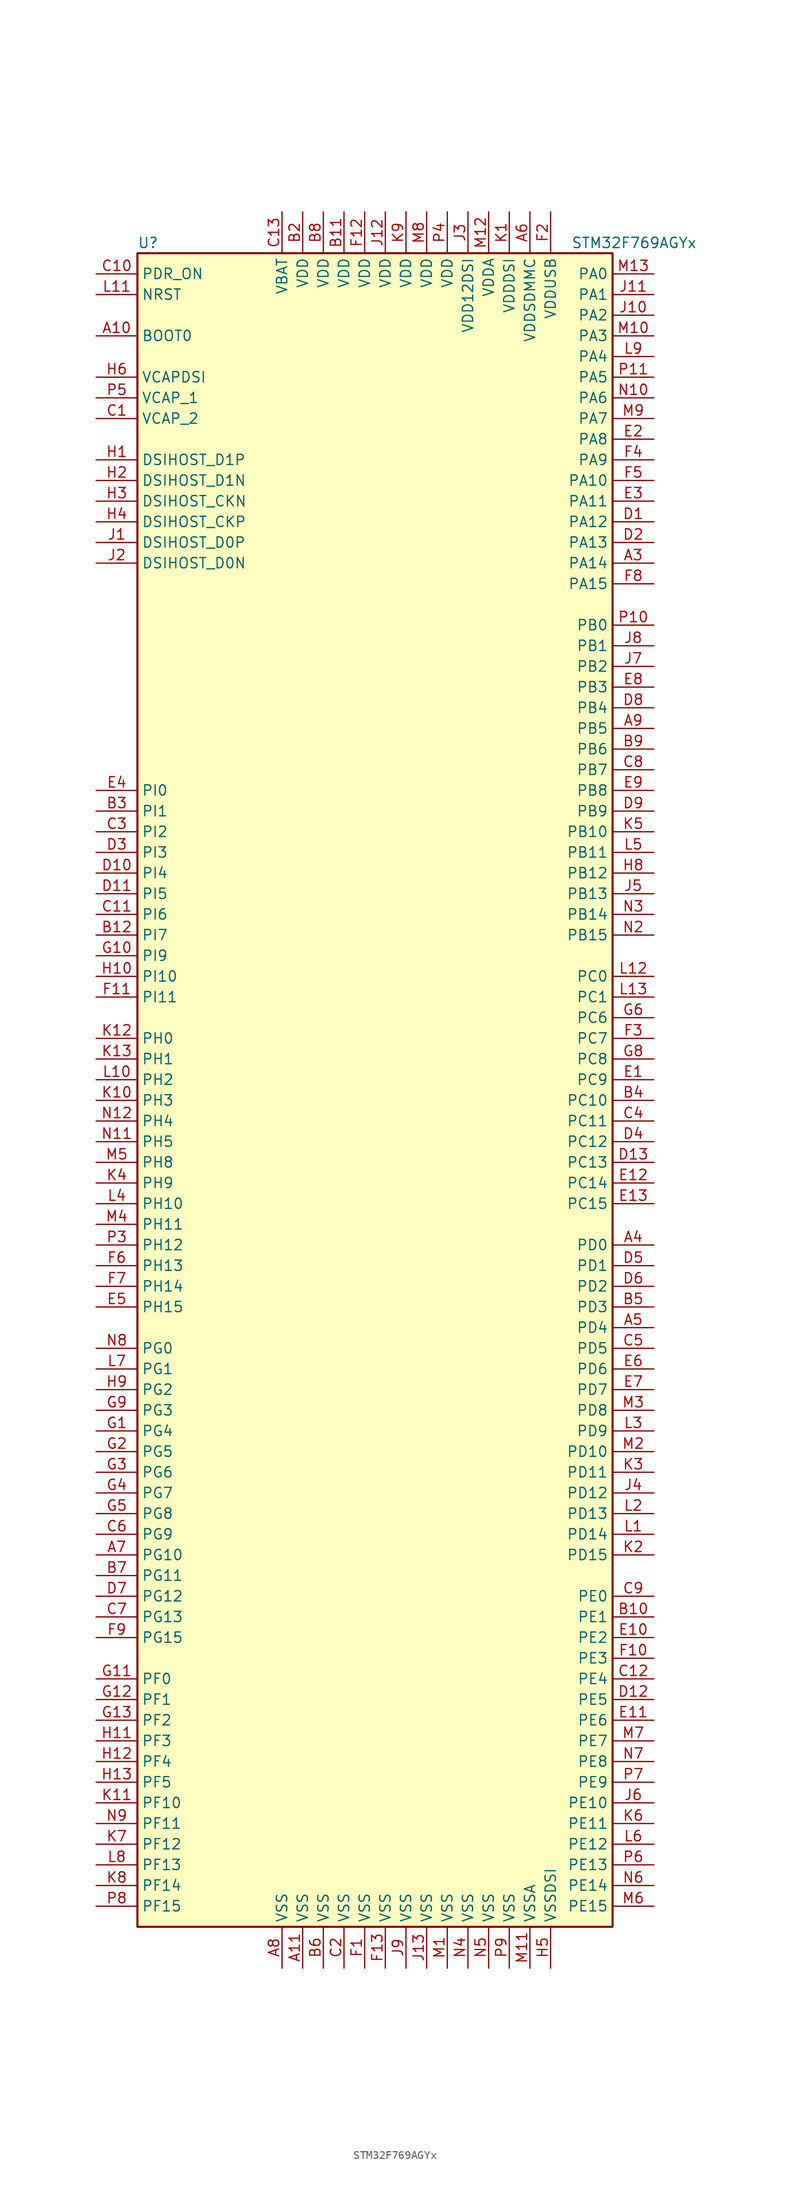
<source format=kicad_sym>
(kicad_symbol_lib
  (version 20201005)
  (generator kicad_symbol_editor)
  (symbol "MCU_ST_STM32F7:STM32F769AGYx"
    (property "Reference" "U"
      (at -30.48 102.87 0)
      (effects (font (size 1.27 1.27)) (justify left)))
    (property "Value" "STM32F769AGYx"
      (at 22.86 102.87 0)
      (effects (font (size 1.27 1.27)) (justify left)))
    (symbol "STM32F769AGYx_0_1"
      (rectangle (start -30.48 -104.14) (end 27.94 101.6) (stroke (width 0.254)) (fill (type background))))
    (symbol "STM32F769AGYx_1_1"
      (pin input line (at -35.56 91.44 0) (length 5.08) (name "BOOT0" (effects (font (size 1.27 1.27)))) (number "A10" (effects (font (size 1.27 1.27)))))
      (pin bidirectional line (at -35.56 71.12 0) (length 5.08) (name "DSIHOST_CKN" (effects (font (size 1.27 1.27)))) (number "H3" (effects (font (size 1.27 1.27)))))
      (pin bidirectional line (at -35.56 68.58 0) (length 5.08) (name "DSIHOST_CKP" (effects (font (size 1.27 1.27)))) (number "H4" (effects (font (size 1.27 1.27)))))
      (pin bidirectional line (at -35.56 63.5 0) (length 5.08) (name "DSIHOST_D0N" (effects (font (size 1.27 1.27)))) (number "J2" (effects (font (size 1.27 1.27)))))
      (pin bidirectional line (at -35.56 66.04 0) (length 5.08) (name "DSIHOST_D0P" (effects (font (size 1.27 1.27)))) (number "J1" (effects (font (size 1.27 1.27)))))
      (pin bidirectional line (at -35.56 73.66 0) (length 5.08) (name "DSIHOST_D1N" (effects (font (size 1.27 1.27)))) (number "H2" (effects (font (size 1.27 1.27)))))
      (pin bidirectional line (at -35.56 76.2 0) (length 5.08) (name "DSIHOST_D1P" (effects (font (size 1.27 1.27)))) (number "H1" (effects (font (size 1.27 1.27)))))
      (pin no_connect line (at -30.48 -101.6 0) (length 5.08) hide (name "NC" (effects (font (size 1.27 1.27)))) (number "A1" (effects (font (size 1.27 1.27)))))
      (pin no_connect line (at -30.48 -96.52 0) (length 5.08) hide (name "NC" (effects (font (size 1.27 1.27)))) (number "A12" (effects (font (size 1.27 1.27)))))
      (pin no_connect line (at -30.48 -93.98 0) (length 5.08) hide (name "NC" (effects (font (size 1.27 1.27)))) (number "A13" (effects (font (size 1.27 1.27)))))
      (pin no_connect line (at -30.48 -99.06 0) (length 5.08) hide (name "NC" (effects (font (size 1.27 1.27)))) (number "A2" (effects (font (size 1.27 1.27)))))
      (pin no_connect line (at -30.48 -91.44 0) (length 5.08) hide (name "NC" (effects (font (size 1.27 1.27)))) (number "B1" (effects (font (size 1.27 1.27)))))
      (pin no_connect line (at -30.48 -88.9 0) (length 5.08) hide (name "NC" (effects (font (size 1.27 1.27)))) (number "B13" (effects (font (size 1.27 1.27)))))
      (pin no_connect line (at -30.48 -86.36 0) (length 5.08) hide (name "NC" (effects (font (size 1.27 1.27)))) (number "N1" (effects (font (size 1.27 1.27)))))
      (pin no_connect line (at -30.48 -83.82 0) (length 5.08) hide (name "NC" (effects (font (size 1.27 1.27)))) (number "N13" (effects (font (size 1.27 1.27)))))
      (pin no_connect line (at -30.48 -81.28 0) (length 5.08) hide (name "NC" (effects (font (size 1.27 1.27)))) (number "P1" (effects (font (size 1.27 1.27)))))
      (pin no_connect line (at -30.48 -76.2 0) (length 5.08) hide (name "NC" (effects (font (size 1.27 1.27)))) (number "P12" (effects (font (size 1.27 1.27)))))
      (pin no_connect line (at -30.48 -73.66 0) (length 5.08) hide (name "NC" (effects (font (size 1.27 1.27)))) (number "P13" (effects (font (size 1.27 1.27)))))
      (pin no_connect line (at -30.48 -78.74 0) (length 5.08) hide (name "NC" (effects (font (size 1.27 1.27)))) (number "P2" (effects (font (size 1.27 1.27)))))
      (pin input line (at -35.56 96.52 0) (length 5.08) (name "NRST" (effects (font (size 1.27 1.27)))) (number "L11" (effects (font (size 1.27 1.27)))))
      (pin bidirectional line (at 33.02 99.06 180) (length 5.08) (name "PA0" (effects (font (size 1.27 1.27)))) (number "M13" (effects (font (size 1.27 1.27)))))
      (pin bidirectional line (at 33.02 96.52 180) (length 5.08) (name "PA1" (effects (font (size 1.27 1.27)))) (number "J11" (effects (font (size 1.27 1.27)))))
      (pin bidirectional line (at 33.02 73.66 180) (length 5.08) (name "PA10" (effects (font (size 1.27 1.27)))) (number "F5" (effects (font (size 1.27 1.27)))))
      (pin bidirectional line (at 33.02 71.12 180) (length 5.08) (name "PA11" (effects (font (size 1.27 1.27)))) (number "E3" (effects (font (size 1.27 1.27)))))
      (pin bidirectional line (at 33.02 68.58 180) (length 5.08) (name "PA12" (effects (font (size 1.27 1.27)))) (number "D1" (effects (font (size 1.27 1.27)))))
      (pin bidirectional line (at 33.02 66.04 180) (length 5.08) (name "PA13" (effects (font (size 1.27 1.27)))) (number "D2" (effects (font (size 1.27 1.27)))))
      (pin bidirectional line (at 33.02 63.5 180) (length 5.08) (name "PA14" (effects (font (size 1.27 1.27)))) (number "A3" (effects (font (size 1.27 1.27)))))
      (pin bidirectional line (at 33.02 60.96 180) (length 5.08) (name "PA15" (effects (font (size 1.27 1.27)))) (number "F8" (effects (font (size 1.27 1.27)))))
      (pin bidirectional line (at 33.02 93.98 180) (length 5.08) (name "PA2" (effects (font (size 1.27 1.27)))) (number "J10" (effects (font (size 1.27 1.27)))))
      (pin bidirectional line (at 33.02 91.44 180) (length 5.08) (name "PA3" (effects (font (size 1.27 1.27)))) (number "M10" (effects (font (size 1.27 1.27)))))
      (pin bidirectional line (at 33.02 88.9 180) (length 5.08) (name "PA4" (effects (font (size 1.27 1.27)))) (number "L9" (effects (font (size 1.27 1.27)))))
      (pin bidirectional line (at 33.02 86.36 180) (length 5.08) (name "PA5" (effects (font (size 1.27 1.27)))) (number "P11" (effects (font (size 1.27 1.27)))))
      (pin bidirectional line (at 33.02 83.82 180) (length 5.08) (name "PA6" (effects (font (size 1.27 1.27)))) (number "N10" (effects (font (size 1.27 1.27)))))
      (pin bidirectional line (at 33.02 81.28 180) (length 5.08) (name "PA7" (effects (font (size 1.27 1.27)))) (number "M9" (effects (font (size 1.27 1.27)))))
      (pin bidirectional line (at 33.02 78.74 180) (length 5.08) (name "PA8" (effects (font (size 1.27 1.27)))) (number "E2" (effects (font (size 1.27 1.27)))))
      (pin bidirectional line (at 33.02 76.2 180) (length 5.08) (name "PA9" (effects (font (size 1.27 1.27)))) (number "F4" (effects (font (size 1.27 1.27)))))
      (pin bidirectional line (at 33.02 55.88 180) (length 5.08) (name "PB0" (effects (font (size 1.27 1.27)))) (number "P10" (effects (font (size 1.27 1.27)))))
      (pin bidirectional line (at 33.02 53.34 180) (length 5.08) (name "PB1" (effects (font (size 1.27 1.27)))) (number "J8" (effects (font (size 1.27 1.27)))))
      (pin bidirectional line (at 33.02 30.48 180) (length 5.08) (name "PB10" (effects (font (size 1.27 1.27)))) (number "K5" (effects (font (size 1.27 1.27)))))
      (pin bidirectional line (at 33.02 27.94 180) (length 5.08) (name "PB11" (effects (font (size 1.27 1.27)))) (number "L5" (effects (font (size 1.27 1.27)))))
      (pin bidirectional line (at 33.02 25.4 180) (length 5.08) (name "PB12" (effects (font (size 1.27 1.27)))) (number "H8" (effects (font (size 1.27 1.27)))))
      (pin bidirectional line (at 33.02 22.86 180) (length 5.08) (name "PB13" (effects (font (size 1.27 1.27)))) (number "J5" (effects (font (size 1.27 1.27)))))
      (pin bidirectional line (at 33.02 20.32 180) (length 5.08) (name "PB14" (effects (font (size 1.27 1.27)))) (number "N3" (effects (font (size 1.27 1.27)))))
      (pin bidirectional line (at 33.02 17.78 180) (length 5.08) (name "PB15" (effects (font (size 1.27 1.27)))) (number "N2" (effects (font (size 1.27 1.27)))))
      (pin bidirectional line (at 33.02 50.8 180) (length 5.08) (name "PB2" (effects (font (size 1.27 1.27)))) (number "J7" (effects (font (size 1.27 1.27)))))
      (pin bidirectional line (at 33.02 48.26 180) (length 5.08) (name "PB3" (effects (font (size 1.27 1.27)))) (number "E8" (effects (font (size 1.27 1.27)))))
      (pin bidirectional line (at 33.02 45.72 180) (length 5.08) (name "PB4" (effects (font (size 1.27 1.27)))) (number "D8" (effects (font (size 1.27 1.27)))))
      (pin bidirectional line (at 33.02 43.18 180) (length 5.08) (name "PB5" (effects (font (size 1.27 1.27)))) (number "A9" (effects (font (size 1.27 1.27)))))
      (pin bidirectional line (at 33.02 40.64 180) (length 5.08) (name "PB6" (effects (font (size 1.27 1.27)))) (number "B9" (effects (font (size 1.27 1.27)))))
      (pin bidirectional line (at 33.02 38.1 180) (length 5.08) (name "PB7" (effects (font (size 1.27 1.27)))) (number "C8" (effects (font (size 1.27 1.27)))))
      (pin bidirectional line (at 33.02 35.56 180) (length 5.08) (name "PB8" (effects (font (size 1.27 1.27)))) (number "E9" (effects (font (size 1.27 1.27)))))
      (pin bidirectional line (at 33.02 33.02 180) (length 5.08) (name "PB9" (effects (font (size 1.27 1.27)))) (number "D9" (effects (font (size 1.27 1.27)))))
      (pin bidirectional line (at 33.02 12.7 180) (length 5.08) (name "PC0" (effects (font (size 1.27 1.27)))) (number "L12" (effects (font (size 1.27 1.27)))))
      (pin bidirectional line (at 33.02 10.16 180) (length 5.08) (name "PC1" (effects (font (size 1.27 1.27)))) (number "L13" (effects (font (size 1.27 1.27)))))
      (pin bidirectional line (at 33.02 -2.54 180) (length 5.08) (name "PC10" (effects (font (size 1.27 1.27)))) (number "B4" (effects (font (size 1.27 1.27)))))
      (pin bidirectional line (at 33.02 -5.08 180) (length 5.08) (name "PC11" (effects (font (size 1.27 1.27)))) (number "C4" (effects (font (size 1.27 1.27)))))
      (pin bidirectional line (at 33.02 -7.62 180) (length 5.08) (name "PC12" (effects (font (size 1.27 1.27)))) (number "D4" (effects (font (size 1.27 1.27)))))
      (pin bidirectional line (at 33.02 -10.16 180) (length 5.08) (name "PC13" (effects (font (size 1.27 1.27)))) (number "D13" (effects (font (size 1.27 1.27)))))
      (pin bidirectional line (at 33.02 -12.7 180) (length 5.08) (name "PC14" (effects (font (size 1.27 1.27)))) (number "E12" (effects (font (size 1.27 1.27)))))
      (pin bidirectional line (at 33.02 -15.24 180) (length 5.08) (name "PC15" (effects (font (size 1.27 1.27)))) (number "E13" (effects (font (size 1.27 1.27)))))
      (pin bidirectional line (at 33.02 7.62 180) (length 5.08) (name "PC6" (effects (font (size 1.27 1.27)))) (number "G6" (effects (font (size 1.27 1.27)))))
      (pin bidirectional line (at 33.02 5.08 180) (length 5.08) (name "PC7" (effects (font (size 1.27 1.27)))) (number "F3" (effects (font (size 1.27 1.27)))))
      (pin bidirectional line (at 33.02 2.54 180) (length 5.08) (name "PC8" (effects (font (size 1.27 1.27)))) (number "G8" (effects (font (size 1.27 1.27)))))
      (pin bidirectional line (at 33.02 0 180) (length 5.08) (name "PC9" (effects (font (size 1.27 1.27)))) (number "E1" (effects (font (size 1.27 1.27)))))
      (pin bidirectional line (at 33.02 -20.32 180) (length 5.08) (name "PD0" (effects (font (size 1.27 1.27)))) (number "A4" (effects (font (size 1.27 1.27)))))
      (pin bidirectional line (at 33.02 -22.86 180) (length 5.08) (name "PD1" (effects (font (size 1.27 1.27)))) (number "D5" (effects (font (size 1.27 1.27)))))
      (pin bidirectional line (at 33.02 -45.72 180) (length 5.08) (name "PD10" (effects (font (size 1.27 1.27)))) (number "M2" (effects (font (size 1.27 1.27)))))
      (pin bidirectional line (at 33.02 -48.26 180) (length 5.08) (name "PD11" (effects (font (size 1.27 1.27)))) (number "K3" (effects (font (size 1.27 1.27)))))
      (pin bidirectional line (at 33.02 -50.8 180) (length 5.08) (name "PD12" (effects (font (size 1.27 1.27)))) (number "J4" (effects (font (size 1.27 1.27)))))
      (pin bidirectional line (at 33.02 -53.34 180) (length 5.08) (name "PD13" (effects (font (size 1.27 1.27)))) (number "L2" (effects (font (size 1.27 1.27)))))
      (pin bidirectional line (at 33.02 -55.88 180) (length 5.08) (name "PD14" (effects (font (size 1.27 1.27)))) (number "L1" (effects (font (size 1.27 1.27)))))
      (pin bidirectional line (at 33.02 -58.42 180) (length 5.08) (name "PD15" (effects (font (size 1.27 1.27)))) (number "K2" (effects (font (size 1.27 1.27)))))
      (pin bidirectional line (at 33.02 -25.4 180) (length 5.08) (name "PD2" (effects (font (size 1.27 1.27)))) (number "D6" (effects (font (size 1.27 1.27)))))
      (pin bidirectional line (at 33.02 -27.94 180) (length 5.08) (name "PD3" (effects (font (size 1.27 1.27)))) (number "B5" (effects (font (size 1.27 1.27)))))
      (pin bidirectional line (at 33.02 -30.48 180) (length 5.08) (name "PD4" (effects (font (size 1.27 1.27)))) (number "A5" (effects (font (size 1.27 1.27)))))
      (pin bidirectional line (at 33.02 -33.02 180) (length 5.08) (name "PD5" (effects (font (size 1.27 1.27)))) (number "C5" (effects (font (size 1.27 1.27)))))
      (pin bidirectional line (at 33.02 -35.56 180) (length 5.08) (name "PD6" (effects (font (size 1.27 1.27)))) (number "E6" (effects (font (size 1.27 1.27)))))
      (pin bidirectional line (at 33.02 -38.1 180) (length 5.08) (name "PD7" (effects (font (size 1.27 1.27)))) (number "E7" (effects (font (size 1.27 1.27)))))
      (pin bidirectional line (at 33.02 -40.64 180) (length 5.08) (name "PD8" (effects (font (size 1.27 1.27)))) (number "M3" (effects (font (size 1.27 1.27)))))
      (pin bidirectional line (at 33.02 -43.18 180) (length 5.08) (name "PD9" (effects (font (size 1.27 1.27)))) (number "L3" (effects (font (size 1.27 1.27)))))
      (pin input line (at -35.56 99.06 0) (length 5.08) (name "PDR_ON" (effects (font (size 1.27 1.27)))) (number "C10" (effects (font (size 1.27 1.27)))))
      (pin bidirectional line (at 33.02 -63.5 180) (length 5.08) (name "PE0" (effects (font (size 1.27 1.27)))) (number "C9" (effects (font (size 1.27 1.27)))))
      (pin bidirectional line (at 33.02 -66.04 180) (length 5.08) (name "PE1" (effects (font (size 1.27 1.27)))) (number "B10" (effects (font (size 1.27 1.27)))))
      (pin bidirectional line (at 33.02 -88.9 180) (length 5.08) (name "PE10" (effects (font (size 1.27 1.27)))) (number "J6" (effects (font (size 1.27 1.27)))))
      (pin bidirectional line (at 33.02 -91.44 180) (length 5.08) (name "PE11" (effects (font (size 1.27 1.27)))) (number "K6" (effects (font (size 1.27 1.27)))))
      (pin bidirectional line (at 33.02 -93.98 180) (length 5.08) (name "PE12" (effects (font (size 1.27 1.27)))) (number "L6" (effects (font (size 1.27 1.27)))))
      (pin bidirectional line (at 33.02 -96.52 180) (length 5.08) (name "PE13" (effects (font (size 1.27 1.27)))) (number "P6" (effects (font (size 1.27 1.27)))))
      (pin bidirectional line (at 33.02 -99.06 180) (length 5.08) (name "PE14" (effects (font (size 1.27 1.27)))) (number "N6" (effects (font (size 1.27 1.27)))))
      (pin bidirectional line (at 33.02 -101.6 180) (length 5.08) (name "PE15" (effects (font (size 1.27 1.27)))) (number "M6" (effects (font (size 1.27 1.27)))))
      (pin bidirectional line (at 33.02 -68.58 180) (length 5.08) (name "PE2" (effects (font (size 1.27 1.27)))) (number "E10" (effects (font (size 1.27 1.27)))))
      (pin bidirectional line (at 33.02 -71.12 180) (length 5.08) (name "PE3" (effects (font (size 1.27 1.27)))) (number "F10" (effects (font (size 1.27 1.27)))))
      (pin bidirectional line (at 33.02 -73.66 180) (length 5.08) (name "PE4" (effects (font (size 1.27 1.27)))) (number "C12" (effects (font (size 1.27 1.27)))))
      (pin bidirectional line (at 33.02 -76.2 180) (length 5.08) (name "PE5" (effects (font (size 1.27 1.27)))) (number "D12" (effects (font (size 1.27 1.27)))))
      (pin bidirectional line (at 33.02 -78.74 180) (length 5.08) (name "PE6" (effects (font (size 1.27 1.27)))) (number "E11" (effects (font (size 1.27 1.27)))))
      (pin bidirectional line (at 33.02 -81.28 180) (length 5.08) (name "PE7" (effects (font (size 1.27 1.27)))) (number "M7" (effects (font (size 1.27 1.27)))))
      (pin bidirectional line (at 33.02 -83.82 180) (length 5.08) (name "PE8" (effects (font (size 1.27 1.27)))) (number "N7" (effects (font (size 1.27 1.27)))))
      (pin bidirectional line (at 33.02 -86.36 180) (length 5.08) (name "PE9" (effects (font (size 1.27 1.27)))) (number "P7" (effects (font (size 1.27 1.27)))))
      (pin bidirectional line (at -35.56 -73.66 0) (length 5.08) (name "PF0" (effects (font (size 1.27 1.27)))) (number "G11" (effects (font (size 1.27 1.27)))))
      (pin bidirectional line (at -35.56 -76.2 0) (length 5.08) (name "PF1" (effects (font (size 1.27 1.27)))) (number "G12" (effects (font (size 1.27 1.27)))))
      (pin bidirectional line (at -35.56 -88.9 0) (length 5.08) (name "PF10" (effects (font (size 1.27 1.27)))) (number "K11" (effects (font (size 1.27 1.27)))))
      (pin bidirectional line (at -35.56 -91.44 0) (length 5.08) (name "PF11" (effects (font (size 1.27 1.27)))) (number "N9" (effects (font (size 1.27 1.27)))))
      (pin bidirectional line (at -35.56 -93.98 0) (length 5.08) (name "PF12" (effects (font (size 1.27 1.27)))) (number "K7" (effects (font (size 1.27 1.27)))))
      (pin bidirectional line (at -35.56 -96.52 0) (length 5.08) (name "PF13" (effects (font (size 1.27 1.27)))) (number "L8" (effects (font (size 1.27 1.27)))))
      (pin bidirectional line (at -35.56 -99.06 0) (length 5.08) (name "PF14" (effects (font (size 1.27 1.27)))) (number "K8" (effects (font (size 1.27 1.27)))))
      (pin bidirectional line (at -35.56 -101.6 0) (length 5.08) (name "PF15" (effects (font (size 1.27 1.27)))) (number "P8" (effects (font (size 1.27 1.27)))))
      (pin bidirectional line (at -35.56 -78.74 0) (length 5.08) (name "PF2" (effects (font (size 1.27 1.27)))) (number "G13" (effects (font (size 1.27 1.27)))))
      (pin bidirectional line (at -35.56 -81.28 0) (length 5.08) (name "PF3" (effects (font (size 1.27 1.27)))) (number "H11" (effects (font (size 1.27 1.27)))))
      (pin bidirectional line (at -35.56 -83.82 0) (length 5.08) (name "PF4" (effects (font (size 1.27 1.27)))) (number "H12" (effects (font (size 1.27 1.27)))))
      (pin bidirectional line (at -35.56 -86.36 0) (length 5.08) (name "PF5" (effects (font (size 1.27 1.27)))) (number "H13" (effects (font (size 1.27 1.27)))))
      (pin bidirectional line (at -35.56 -33.02 0) (length 5.08) (name "PG0" (effects (font (size 1.27 1.27)))) (number "N8" (effects (font (size 1.27 1.27)))))
      (pin bidirectional line (at -35.56 -35.56 0) (length 5.08) (name "PG1" (effects (font (size 1.27 1.27)))) (number "L7" (effects (font (size 1.27 1.27)))))
      (pin bidirectional line (at -35.56 -58.42 0) (length 5.08) (name "PG10" (effects (font (size 1.27 1.27)))) (number "A7" (effects (font (size 1.27 1.27)))))
      (pin bidirectional line (at -35.56 -60.96 0) (length 5.08) (name "PG11" (effects (font (size 1.27 1.27)))) (number "B7" (effects (font (size 1.27 1.27)))))
      (pin bidirectional line (at -35.56 -63.5 0) (length 5.08) (name "PG12" (effects (font (size 1.27 1.27)))) (number "D7" (effects (font (size 1.27 1.27)))))
      (pin bidirectional line (at -35.56 -66.04 0) (length 5.08) (name "PG13" (effects (font (size 1.27 1.27)))) (number "C7" (effects (font (size 1.27 1.27)))))
      (pin bidirectional line (at -35.56 -68.58 0) (length 5.08) (name "PG15" (effects (font (size 1.27 1.27)))) (number "F9" (effects (font (size 1.27 1.27)))))
      (pin bidirectional line (at -35.56 -38.1 0) (length 5.08) (name "PG2" (effects (font (size 1.27 1.27)))) (number "H9" (effects (font (size 1.27 1.27)))))
      (pin bidirectional line (at -35.56 -40.64 0) (length 5.08) (name "PG3" (effects (font (size 1.27 1.27)))) (number "G9" (effects (font (size 1.27 1.27)))))
      (pin bidirectional line (at -35.56 -43.18 0) (length 5.08) (name "PG4" (effects (font (size 1.27 1.27)))) (number "G1" (effects (font (size 1.27 1.27)))))
      (pin bidirectional line (at -35.56 -45.72 0) (length 5.08) (name "PG5" (effects (font (size 1.27 1.27)))) (number "G2" (effects (font (size 1.27 1.27)))))
      (pin bidirectional line (at -35.56 -48.26 0) (length 5.08) (name "PG6" (effects (font (size 1.27 1.27)))) (number "G3" (effects (font (size 1.27 1.27)))))
      (pin bidirectional line (at -35.56 -50.8 0) (length 5.08) (name "PG7" (effects (font (size 1.27 1.27)))) (number "G4" (effects (font (size 1.27 1.27)))))
      (pin bidirectional line (at -35.56 -53.34 0) (length 5.08) (name "PG8" (effects (font (size 1.27 1.27)))) (number "G5" (effects (font (size 1.27 1.27)))))
      (pin bidirectional line (at -35.56 -55.88 0) (length 5.08) (name "PG9" (effects (font (size 1.27 1.27)))) (number "C6" (effects (font (size 1.27 1.27)))))
      (pin input line (at -35.56 5.08 0) (length 5.08) (name "PH0" (effects (font (size 1.27 1.27)))) (number "K12" (effects (font (size 1.27 1.27)))))
      (pin input line (at -35.56 2.54 0) (length 5.08) (name "PH1" (effects (font (size 1.27 1.27)))) (number "K13" (effects (font (size 1.27 1.27)))))
      (pin bidirectional line (at -35.56 -15.24 0) (length 5.08) (name "PH10" (effects (font (size 1.27 1.27)))) (number "L4" (effects (font (size 1.27 1.27)))))
      (pin bidirectional line (at -35.56 -17.78 0) (length 5.08) (name "PH11" (effects (font (size 1.27 1.27)))) (number "M4" (effects (font (size 1.27 1.27)))))
      (pin bidirectional line (at -35.56 -20.32 0) (length 5.08) (name "PH12" (effects (font (size 1.27 1.27)))) (number "P3" (effects (font (size 1.27 1.27)))))
      (pin bidirectional line (at -35.56 -22.86 0) (length 5.08) (name "PH13" (effects (font (size 1.27 1.27)))) (number "F6" (effects (font (size 1.27 1.27)))))
      (pin bidirectional line (at -35.56 -25.4 0) (length 5.08) (name "PH14" (effects (font (size 1.27 1.27)))) (number "F7" (effects (font (size 1.27 1.27)))))
      (pin bidirectional line (at -35.56 -27.94 0) (length 5.08) (name "PH15" (effects (font (size 1.27 1.27)))) (number "E5" (effects (font (size 1.27 1.27)))))
      (pin bidirectional line (at -35.56 0 0) (length 5.08) (name "PH2" (effects (font (size 1.27 1.27)))) (number "L10" (effects (font (size 1.27 1.27)))))
      (pin bidirectional line (at -35.56 -2.54 0) (length 5.08) (name "PH3" (effects (font (size 1.27 1.27)))) (number "K10" (effects (font (size 1.27 1.27)))))
      (pin bidirectional line (at -35.56 -5.08 0) (length 5.08) (name "PH4" (effects (font (size 1.27 1.27)))) (number "N12" (effects (font (size 1.27 1.27)))))
      (pin bidirectional line (at -35.56 -7.62 0) (length 5.08) (name "PH5" (effects (font (size 1.27 1.27)))) (number "N11" (effects (font (size 1.27 1.27)))))
      (pin bidirectional line (at -35.56 -10.16 0) (length 5.08) (name "PH8" (effects (font (size 1.27 1.27)))) (number "M5" (effects (font (size 1.27 1.27)))))
      (pin bidirectional line (at -35.56 -12.7 0) (length 5.08) (name "PH9" (effects (font (size 1.27 1.27)))) (number "K4" (effects (font (size 1.27 1.27)))))
      (pin bidirectional line (at -35.56 35.56 0) (length 5.08) (name "PI0" (effects (font (size 1.27 1.27)))) (number "E4" (effects (font (size 1.27 1.27)))))
      (pin bidirectional line (at -35.56 33.02 0) (length 5.08) (name "PI1" (effects (font (size 1.27 1.27)))) (number "B3" (effects (font (size 1.27 1.27)))))
      (pin bidirectional line (at -35.56 12.7 0) (length 5.08) (name "PI10" (effects (font (size 1.27 1.27)))) (number "H10" (effects (font (size 1.27 1.27)))))
      (pin bidirectional line (at -35.56 10.16 0) (length 5.08) (name "PI11" (effects (font (size 1.27 1.27)))) (number "F11" (effects (font (size 1.27 1.27)))))
      (pin bidirectional line (at -35.56 30.48 0) (length 5.08) (name "PI2" (effects (font (size 1.27 1.27)))) (number "C3" (effects (font (size 1.27 1.27)))))
      (pin bidirectional line (at -35.56 27.94 0) (length 5.08) (name "PI3" (effects (font (size 1.27 1.27)))) (number "D3" (effects (font (size 1.27 1.27)))))
      (pin bidirectional line (at -35.56 25.4 0) (length 5.08) (name "PI4" (effects (font (size 1.27 1.27)))) (number "D10" (effects (font (size 1.27 1.27)))))
      (pin bidirectional line (at -35.56 22.86 0) (length 5.08) (name "PI5" (effects (font (size 1.27 1.27)))) (number "D11" (effects (font (size 1.27 1.27)))))
      (pin bidirectional line (at -35.56 20.32 0) (length 5.08) (name "PI6" (effects (font (size 1.27 1.27)))) (number "C11" (effects (font (size 1.27 1.27)))))
      (pin bidirectional line (at -35.56 17.78 0) (length 5.08) (name "PI7" (effects (font (size 1.27 1.27)))) (number "B12" (effects (font (size 1.27 1.27)))))
      (pin bidirectional line (at -35.56 15.24 0) (length 5.08) (name "PI9" (effects (font (size 1.27 1.27)))) (number "G10" (effects (font (size 1.27 1.27)))))
      (pin power_in line (at -12.7 106.68 270) (length 5.08) (name "VBAT" (effects (font (size 1.27 1.27)))) (number "C13" (effects (font (size 1.27 1.27)))))
      (pin power_in line (at -35.56 86.36 0) (length 5.08) (name "VCAPDSI" (effects (font (size 1.27 1.27)))) (number "H6" (effects (font (size 1.27 1.27)))))
      (pin power_in line (at -35.56 83.82 0) (length 5.08) (name "VCAP_1" (effects (font (size 1.27 1.27)))) (number "P5" (effects (font (size 1.27 1.27)))))
      (pin power_in line (at -35.56 81.28 0) (length 5.08) (name "VCAP_2" (effects (font (size 1.27 1.27)))) (number "C1" (effects (font (size 1.27 1.27)))))
      (pin power_in line (at -5.08 106.68 270) (length 5.08) (name "VDD" (effects (font (size 1.27 1.27)))) (number "B11" (effects (font (size 1.27 1.27)))))
      (pin power_in line (at -10.16 106.68 270) (length 5.08) (name "VDD" (effects (font (size 1.27 1.27)))) (number "B2" (effects (font (size 1.27 1.27)))))
      (pin power_in line (at -7.62 106.68 270) (length 5.08) (name "VDD" (effects (font (size 1.27 1.27)))) (number "B8" (effects (font (size 1.27 1.27)))))
      (pin power_in line (at -2.54 106.68 270) (length 5.08) (name "VDD" (effects (font (size 1.27 1.27)))) (number "F12" (effects (font (size 1.27 1.27)))))
      (pin power_in line (at 0 106.68 270) (length 5.08) (name "VDD" (effects (font (size 1.27 1.27)))) (number "J12" (effects (font (size 1.27 1.27)))))
      (pin power_in line (at 2.54 106.68 270) (length 5.08) (name "VDD" (effects (font (size 1.27 1.27)))) (number "K9" (effects (font (size 1.27 1.27)))))
      (pin power_in line (at 5.08 106.68 270) (length 5.08) (name "VDD" (effects (font (size 1.27 1.27)))) (number "M8" (effects (font (size 1.27 1.27)))))
      (pin power_in line (at 7.62 106.68 270) (length 5.08) (name "VDD" (effects (font (size 1.27 1.27)))) (number "P4" (effects (font (size 1.27 1.27)))))
      (pin power_in line (at 10.16 106.68 270) (length 5.08) (name "VDD12DSI" (effects (font (size 1.27 1.27)))) (number "J3" (effects (font (size 1.27 1.27)))))
      (pin power_in line (at 12.7 106.68 270) (length 5.08) (name "VDDA" (effects (font (size 1.27 1.27)))) (number "M12" (effects (font (size 1.27 1.27)))))
      (pin power_in line (at 15.24 106.68 270) (length 5.08) (name "VDDDSI" (effects (font (size 1.27 1.27)))) (number "K1" (effects (font (size 1.27 1.27)))))
      (pin power_in line (at 17.78 106.68 270) (length 5.08) (name "VDDSDMMC" (effects (font (size 1.27 1.27)))) (number "A6" (effects (font (size 1.27 1.27)))))
      (pin power_in line (at 20.32 106.68 270) (length 5.08) (name "VDDUSB" (effects (font (size 1.27 1.27)))) (number "F2" (effects (font (size 1.27 1.27)))))
      (pin power_in line (at -10.16 -109.22 90) (length 5.08) (name "VSS" (effects (font (size 1.27 1.27)))) (number "A11" (effects (font (size 1.27 1.27)))))
      (pin power_in line (at -12.7 -109.22 90) (length 5.08) (name "VSS" (effects (font (size 1.27 1.27)))) (number "A8" (effects (font (size 1.27 1.27)))))
      (pin power_in line (at -7.62 -109.22 90) (length 5.08) (name "VSS" (effects (font (size 1.27 1.27)))) (number "B6" (effects (font (size 1.27 1.27)))))
      (pin power_in line (at -5.08 -109.22 90) (length 5.08) (name "VSS" (effects (font (size 1.27 1.27)))) (number "C2" (effects (font (size 1.27 1.27)))))
      (pin power_in line (at -2.54 -109.22 90) (length 5.08) (name "VSS" (effects (font (size 1.27 1.27)))) (number "F1" (effects (font (size 1.27 1.27)))))
      (pin power_in line (at 0 -109.22 90) (length 5.08) (name "VSS" (effects (font (size 1.27 1.27)))) (number "F13" (effects (font (size 1.27 1.27)))))
      (pin power_in line (at 5.08 -109.22 90) (length 5.08) (name "VSS" (effects (font (size 1.27 1.27)))) (number "J13" (effects (font (size 1.27 1.27)))))
      (pin power_in line (at 2.54 -109.22 90) (length 5.08) (name "VSS" (effects (font (size 1.27 1.27)))) (number "J9" (effects (font (size 1.27 1.27)))))
      (pin power_in line (at 7.62 -109.22 90) (length 5.08) (name "VSS" (effects (font (size 1.27 1.27)))) (number "M1" (effects (font (size 1.27 1.27)))))
      (pin power_in line (at 10.16 -109.22 90) (length 5.08) (name "VSS" (effects (font (size 1.27 1.27)))) (number "N4" (effects (font (size 1.27 1.27)))))
      (pin power_in line (at 12.7 -109.22 90) (length 5.08) (name "VSS" (effects (font (size 1.27 1.27)))) (number "N5" (effects (font (size 1.27 1.27)))))
      (pin power_in line (at 15.24 -109.22 90) (length 5.08) (name "VSS" (effects (font (size 1.27 1.27)))) (number "P9" (effects (font (size 1.27 1.27)))))
      (pin power_in line (at 17.78 -109.22 90) (length 5.08) (name "VSSA" (effects (font (size 1.27 1.27)))) (number "M11" (effects (font (size 1.27 1.27)))))
      (pin power_in line (at 20.32 -109.22 90) (length 5.08) (name "VSSDSI" (effects (font (size 1.27 1.27)))) (number "H5" (effects (font (size 1.27 1.27))))))))
</source>
